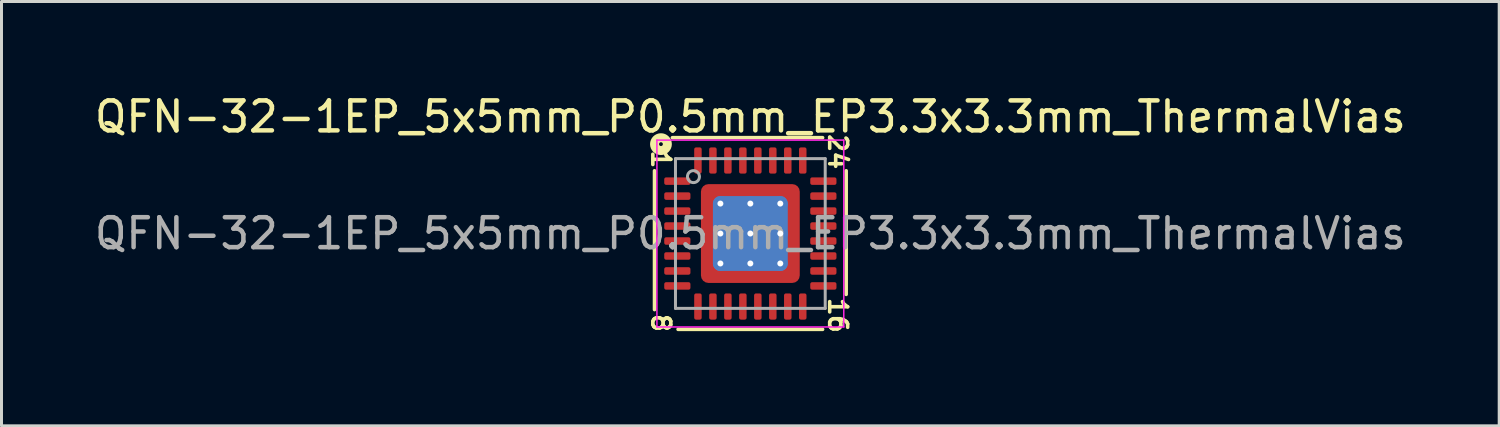
<source format=kicad_pcb>
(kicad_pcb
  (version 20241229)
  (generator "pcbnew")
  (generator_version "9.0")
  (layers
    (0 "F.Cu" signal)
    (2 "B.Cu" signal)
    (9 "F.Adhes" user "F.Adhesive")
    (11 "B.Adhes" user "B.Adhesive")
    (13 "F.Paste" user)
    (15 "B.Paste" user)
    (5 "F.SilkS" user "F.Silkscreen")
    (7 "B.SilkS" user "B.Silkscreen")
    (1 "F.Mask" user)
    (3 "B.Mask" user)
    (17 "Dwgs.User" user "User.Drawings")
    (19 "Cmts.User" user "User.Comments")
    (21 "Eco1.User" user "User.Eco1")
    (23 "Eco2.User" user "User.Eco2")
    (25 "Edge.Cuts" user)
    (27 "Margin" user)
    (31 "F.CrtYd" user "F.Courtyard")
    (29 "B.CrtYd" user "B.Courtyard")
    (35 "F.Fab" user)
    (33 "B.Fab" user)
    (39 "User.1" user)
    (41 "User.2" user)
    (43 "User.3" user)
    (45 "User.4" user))
  (footprint "QFN-32-1EP_5x5mm_P0.5mm_EP3.3x3.3mm_ThermalVias"
    (layer "F.Cu")
    (at 22.006 4.748)
    (property "Reference" "QFN-32-1EP_5x5mm_P0.5mm_EP3.3x3.3mm_ThermalVias" (at 0 -3.9 0) (layer "F.SilkS") (effects (font (size 1 1) (thickness 0.15))))
    (attr smd)
    (fp_line (start -3.2 -2.095) (end -3.2 2.54) (stroke (width 0.12) (type solid)) (layer "F.SilkS"))
    (fp_line (start -2.413 3.2) (end 2.413 3.2) (stroke (width 0.12) (type solid)) (layer "F.SilkS"))
    (fp_line (start 2.413 -3.2) (end -2.603 -3.2) (stroke (width 0.12) (type solid)) (layer "F.SilkS"))
    (fp_line (start 3.2 2.032) (end 3.2 -2.095) (stroke (width 0.12) (type solid)) (layer "F.SilkS"))
    (fp_circle (center -2.985 -2.985) (end -2.921 -2.985) (stroke (width 0.3) (type solid)) (fill no) (layer "F.SilkS"))
    (fp_line (start -3.12 -3.12) (end -3.12 3.12) (stroke (width 0.05) (type solid)) (layer "F.CrtYd"))
    (fp_line (start -3.12 3.12) (end 3.12 3.12) (stroke (width 0.05) (type solid)) (layer "F.CrtYd"))
    (fp_line (start 3.12 -3.12) (end -3.12 -3.12) (stroke (width 0.05) (type solid)) (layer "F.CrtYd"))
    (fp_line (start 3.12 3.12) (end 3.12 -3.12) (stroke (width 0.05) (type solid)) (layer "F.CrtYd"))
    (fp_line (start -2.5 -2.5) (end 2.5 -2.5) (stroke (width 0.1) (type solid)) (layer "F.Fab"))
    (fp_line (start -2.5 2.5) (end -2.5 -2.5) (stroke (width 0.1) (type solid)) (layer "F.Fab"))
    (fp_line (start 2.5 -2.5) (end 2.5 2.5) (stroke (width 0.1) (type solid)) (layer "F.Fab"))
    (fp_line (start 2.5 2.5) (end -2.5 2.5) (stroke (width 0.1) (type solid)) (layer "F.Fab"))
    (fp_circle (center -1.9 -1.9) (end -1.7 -1.9) (stroke (width 0.1) (type solid)) (fill no) (layer "F.Fab"))
    (fp_text user "16" (at 2.921 2.731 270) (unlocked yes) (layer "F.SilkS") (effects (font (size 0.6 0.6) (thickness 0.12))))
    (fp_text user "8" (at -2.985 2.985 270) (unlocked yes) (layer "F.SilkS") (effects (font (size 0.6 0.6) (thickness 0.12))))
    (fp_text user "1" (at -2.985 -2.477 270) (unlocked yes) (layer "F.SilkS") (effects (font (size 0.6 0.6) (thickness 0.12))))
    (fp_text user "24" (at 2.921 -2.731 270) (unlocked yes) (layer "F.SilkS") (effects (font (size 0.6 0.6) (thickness 0.12))))
    (fp_text user "${REFERENCE}" (at 0 0 0) (layer "F.Fab") (effects (font (size 1 1) (thickness 0.15))))
    (pad "" smd custom (at -1.325 -1.325) (size 0.413 0.413) (layers "F.Paste") (options (anchor circle)) (primitives (gr_poly (pts (xy 0.151 0.059) (xy 0.059 0.151) (xy -0.151 0.151) (xy -0.151 -0.151) (xy 0.151 -0.151)) (width 0.222) (fill yes))))
    (pad "" smd custom (at -1.325 -0.5) (size 0.437 0.437) (layers "F.Paste") (options (anchor circle)) (primitives (gr_poly (pts (xy 0.175 -0.244) (xy 0.175 0.244) (xy 0.103 0.316) (xy -0.175 0.316) (xy -0.175 -0.316) (xy 0.103 -0.316)) (width 0.174) (fill yes))))
    (pad "" smd custom (at -1.325 0.5) (size 0.437 0.437) (layers "F.Paste") (options (anchor circle)) (primitives (gr_poly (pts (xy 0.175 -0.244) (xy 0.175 0.244) (xy 0.103 0.316) (xy -0.175 0.316) (xy -0.175 -0.316) (xy 0.103 -0.316)) (width 0.174) (fill yes))))
    (pad "" smd custom (at -1.325 1.325) (size 0.413 0.413) (layers "F.Paste") (options (anchor circle)) (primitives (gr_poly (pts (xy 0.151 -0.059) (xy 0.151 0.151) (xy -0.151 0.151) (xy -0.151 -0.151) (xy 0.059 -0.151)) (width 0.222) (fill yes))))
    (pad "" smd custom (at -0.5 -1.325) (size 0.437 0.437) (layers "F.Paste") (options (anchor circle)) (primitives (gr_poly (pts (xy 0.316 0.103) (xy 0.244 0.175) (xy -0.244 0.175) (xy -0.316 0.103) (xy -0.316 -0.175) (xy 0.316 -0.175)) (width 0.174) (fill yes))))
    (pad "" smd roundrect (at -0.5 -0.5) (size 0.806 0.806) (layers "F.Paste") (roundrect_rratio 0.25))
    (pad "" smd roundrect (at -0.5 0.5) (size 0.806 0.806) (layers "F.Paste") (roundrect_rratio 0.25))
    (pad "" smd custom (at -0.5 1.325) (size 0.437 0.437) (layers "F.Paste") (options (anchor circle)) (primitives (gr_poly (pts (xy 0.316 -0.103) (xy 0.316 0.175) (xy -0.316 0.175) (xy -0.316 -0.103) (xy -0.244 -0.175) (xy 0.244 -0.175)) (width 0.174) (fill yes))))
    (pad "" smd custom (at 0.5 -1.325) (size 0.437 0.437) (layers "F.Paste") (options (anchor circle)) (primitives (gr_poly (pts (xy 0.316 0.103) (xy 0.244 0.175) (xy -0.244 0.175) (xy -0.316 0.103) (xy -0.316 -0.175) (xy 0.316 -0.175)) (width 0.174) (fill yes))))
    (pad "" smd roundrect (at 0.5 -0.5) (size 0.806 0.806) (layers "F.Paste") (roundrect_rratio 0.25))
    (pad "" smd roundrect (at 0.5 0.5) (size 0.806 0.806) (layers "F.Paste") (roundrect_rratio 0.25))
    (pad "" smd custom (at 0.5 1.325) (size 0.437 0.437) (layers "F.Paste") (options (anchor circle)) (primitives (gr_poly (pts (xy 0.316 -0.103) (xy 0.316 0.175) (xy -0.316 0.175) (xy -0.316 -0.103) (xy -0.244 -0.175) (xy 0.244 -0.175)) (width 0.174) (fill yes))))
    (pad "" smd custom (at 1.325 -1.325) (size 0.413 0.413) (layers "F.Paste") (options (anchor circle)) (primitives (gr_poly (pts (xy 0.151 0.151) (xy -0.059 0.151) (xy -0.151 0.059) (xy -0.151 -0.151) (xy 0.151 -0.151)) (width 0.222) (fill yes))))
    (pad "" smd custom (at 1.325 -0.5) (size 0.437 0.437) (layers "F.Paste") (options (anchor circle)) (primitives (gr_poly (pts (xy 0.175 0.316) (xy -0.103 0.316) (xy -0.175 0.244) (xy -0.175 -0.244) (xy -0.103 -0.316) (xy 0.175 -0.316)) (width 0.174) (fill yes))))
    (pad "" smd custom (at 1.325 0.5) (size 0.437 0.437) (layers "F.Paste") (options (anchor circle)) (primitives (gr_poly (pts (xy 0.175 0.316) (xy -0.103 0.316) (xy -0.175 0.244) (xy -0.175 -0.244) (xy -0.103 -0.316) (xy 0.175 -0.316)) (width 0.174) (fill yes))))
    (pad "" smd custom (at 1.325 1.325) (size 0.413 0.413) (layers "F.Paste") (options (anchor circle)) (primitives (gr_poly (pts (xy 0.151 0.151) (xy -0.151 0.151) (xy -0.151 -0.059) (xy -0.059 -0.151) (xy 0.151 -0.151)) (width 0.222) (fill yes))))
    (pad "1" smd roundrect (at -2.438 -1.75) (size 0.875 0.25) (layers "F.Cu" "F.Mask" "F.Paste") (roundrect_rratio 0.25))
    (pad "2" smd roundrect (at -2.438 -1.25) (size 0.875 0.25) (layers "F.Cu" "F.Mask" "F.Paste") (roundrect_rratio 0.25))
    (pad "3" smd roundrect (at -2.438 -0.75) (size 0.875 0.25) (layers "F.Cu" "F.Mask" "F.Paste") (roundrect_rratio 0.25))
    (pad "4" smd roundrect (at -2.438 -0.25) (size 0.875 0.25) (layers "F.Cu" "F.Mask" "F.Paste") (roundrect_rratio 0.25))
    (pad "5" smd roundrect (at -2.438 0.25) (size 0.875 0.25) (layers "F.Cu" "F.Mask" "F.Paste") (roundrect_rratio 0.25))
    (pad "6" smd roundrect (at -2.438 0.75) (size 0.875 0.25) (layers "F.Cu" "F.Mask" "F.Paste") (roundrect_rratio 0.25))
    (pad "7" smd roundrect (at -2.438 1.25) (size 0.875 0.25) (layers "F.Cu" "F.Mask" "F.Paste") (roundrect_rratio 0.25))
    (pad "8" smd roundrect (at -2.438 1.75) (size 0.875 0.25) (layers "F.Cu" "F.Mask" "F.Paste") (roundrect_rratio 0.25))
    (pad "9" smd roundrect (at -1.75 2.438) (size 0.25 0.875) (layers "F.Cu" "F.Mask" "F.Paste") (roundrect_rratio 0.25))
    (pad "10" smd roundrect (at -1.25 2.438) (size 0.25 0.875) (layers "F.Cu" "F.Mask" "F.Paste") (roundrect_rratio 0.25))
    (pad "11" smd roundrect (at -0.75 2.438) (size 0.25 0.875) (layers "F.Cu" "F.Mask" "F.Paste") (roundrect_rratio 0.25))
    (pad "12" smd roundrect (at -0.25 2.438) (size 0.25 0.875) (layers "F.Cu" "F.Mask" "F.Paste") (roundrect_rratio 0.25))
    (pad "13" smd roundrect (at 0.25 2.438) (size 0.25 0.875) (layers "F.Cu" "F.Mask" "F.Paste") (roundrect_rratio 0.25))
    (pad "14" smd roundrect (at 0.75 2.438) (size 0.25 0.875) (layers "F.Cu" "F.Mask" "F.Paste") (roundrect_rratio 0.25))
    (pad "15" smd roundrect (at 1.25 2.438) (size 0.25 0.875) (layers "F.Cu" "F.Mask" "F.Paste") (roundrect_rratio 0.25))
    (pad "16" smd roundrect (at 1.75 2.438) (size 0.25 0.875) (layers "F.Cu" "F.Mask" "F.Paste") (roundrect_rratio 0.25))
    (pad "17" smd roundrect (at 2.438 1.75) (size 0.875 0.25) (layers "F.Cu" "F.Mask" "F.Paste") (roundrect_rratio 0.25))
    (pad "18" smd roundrect (at 2.438 1.25) (size 0.875 0.25) (layers "F.Cu" "F.Mask" "F.Paste") (roundrect_rratio 0.25))
    (pad "19" smd roundrect (at 2.438 0.75) (size 0.875 0.25) (layers "F.Cu" "F.Mask" "F.Paste") (roundrect_rratio 0.25))
    (pad "20" smd roundrect (at 2.438 0.25) (size 0.875 0.25) (layers "F.Cu" "F.Mask" "F.Paste") (roundrect_rratio 0.25))
    (pad "21" smd roundrect (at 2.438 -0.25) (size 0.875 0.25) (layers "F.Cu" "F.Mask" "F.Paste") (roundrect_rratio 0.25))
    (pad "22" smd roundrect (at 2.438 -0.75) (size 0.875 0.25) (layers "F.Cu" "F.Mask" "F.Paste") (roundrect_rratio 0.25))
    (pad "23" smd roundrect (at 2.438 -1.25) (size 0.875 0.25) (layers "F.Cu" "F.Mask" "F.Paste") (roundrect_rratio 0.25))
    (pad "24" smd roundrect (at 2.438 -1.75) (size 0.875 0.25) (layers "F.Cu" "F.Mask" "F.Paste") (roundrect_rratio 0.25))
    (pad "25" smd roundrect (at 1.75 -2.438) (size 0.25 0.875) (layers "F.Cu" "F.Mask" "F.Paste") (roundrect_rratio 0.25))
    (pad "26" smd roundrect (at 1.25 -2.438) (size 0.25 0.875) (layers "F.Cu" "F.Mask" "F.Paste") (roundrect_rratio 0.25))
    (pad "27" smd roundrect (at 0.75 -2.438) (size 0.25 0.875) (layers "F.Cu" "F.Mask" "F.Paste") (roundrect_rratio 0.25))
    (pad "28" smd roundrect (at 0.25 -2.438) (size 0.25 0.875) (layers "F.Cu" "F.Mask" "F.Paste") (roundrect_rratio 0.25))
    (pad "29" smd roundrect (at -0.25 -2.438) (size 0.25 0.875) (layers "F.Cu" "F.Mask" "F.Paste") (roundrect_rratio 0.25))
    (pad "30" smd roundrect (at -0.75 -2.438) (size 0.25 0.875) (layers "F.Cu" "F.Mask" "F.Paste") (roundrect_rratio 0.25))
    (pad "31" smd roundrect (at -1.25 -2.438) (size 0.25 0.875) (layers "F.Cu" "F.Mask" "F.Paste") (roundrect_rratio 0.25))
    (pad "32" smd roundrect (at -1.75 -2.438) (size 0.25 0.875) (layers "F.Cu" "F.Mask" "F.Paste") (roundrect_rratio 0.25))
    (pad "33" thru_hole circle (at -1 -1) (size 0.5 0.5) (drill 0.2) (property pad_prop_heatsink) (layers "*.Cu"))
    (pad "33" thru_hole circle (at -1 0) (size 0.5 0.5) (drill 0.2) (property pad_prop_heatsink) (layers "*.Cu"))
    (pad "33" thru_hole circle (at -1 1) (size 0.5 0.5) (drill 0.2) (property pad_prop_heatsink) (layers "*.Cu"))
    (pad "33" thru_hole circle (at 0 -1) (size 0.5 0.5) (drill 0.2) (property pad_prop_heatsink) (layers "*.Cu"))
    (pad "33" thru_hole circle (at 0 0) (size 0.5 0.5) (drill 0.2) (property pad_prop_heatsink) (layers "*.Cu"))
    (pad "33" smd roundrect (at 0 0) (size 2.5 2.5) (layers "B.Cu" "B.Mask") (roundrect_rratio 0.1))
    (pad "33" smd roundrect (at 0 0) (size 3.3 3.3) (layers "F.Cu" "F.Mask") (roundrect_rratio 0.076))
    (pad "33" thru_hole circle (at 0 1) (size 0.5 0.5) (drill 0.2) (property pad_prop_heatsink) (layers "*.Cu"))
    (pad "33" thru_hole circle (at 1 -1) (size 0.5 0.5) (drill 0.2) (property pad_prop_heatsink) (layers "*.Cu"))
    (pad "33" thru_hole circle (at 1 0) (size 0.5 0.5) (drill 0.2) (property pad_prop_heatsink) (layers "*.Cu"))
    (pad "33" thru_hole circle (at 1 1) (size 0.5 0.5) (drill 0.2) (property pad_prop_heatsink) (layers "*.Cu")))
  (gr_rect
    (start -3 -3)
    (end 47.012 11.17)
    (stroke (width 0.1) (type default))
    (fill no)
    (layer "Edge.Cuts")))
</source>
